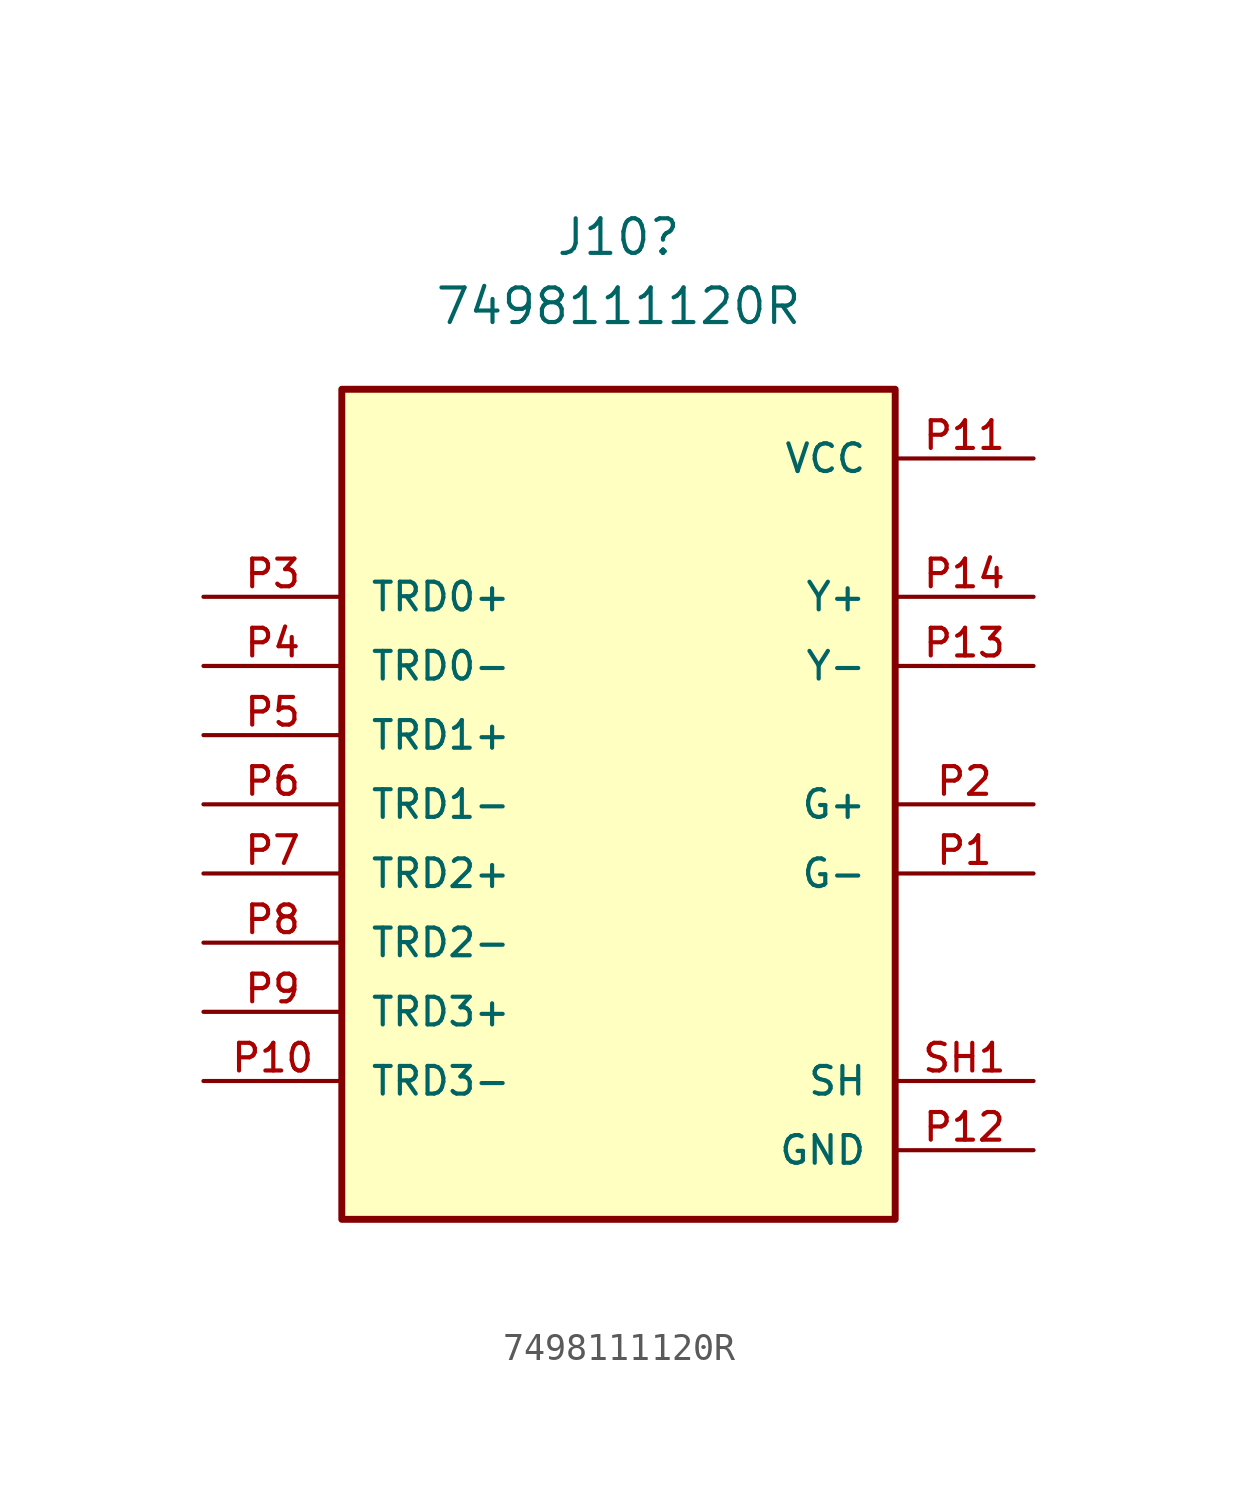
<source format=kicad_sym>
(kicad_symbol_lib
  (version 20211014)
  (generator kicad_symbol_editor)
  (symbol "7498111120R"
    (pin_names
      (offset 1.016))
    (property "Reference" "J10"
      (at 0 20.828 0)
      (effects (font (size 1.27 1.27))))
    (property "Value" "7498111120R"
      (at 0 18.288 0)
      (effects (font (size 1.27 1.27))))
    (property "ki_locked" ""
      (at 0 0 0)
      (effects (font (size 1.27 1.27))))
    (symbol "7498111120R_0_0"
      (rectangle (start -10.16 -15.24) (end 10.16 15.24) (stroke (width 0.254) (type default) (color 0 0 0 0)) (fill (type background)))
      (pin passive line (at 15.24 -2.54 180) (length 5.08) (name "G-" (effects (font (size 1.016 1.016)))) (number "P1" (effects (font (size 1.016 1.016)))))
      (pin passive line (at -15.24 -10.16 0) (length 5.08) (name "TRD3-" (effects (font (size 1.016 1.016)))) (number "P10" (effects (font (size 1.016 1.016)))))
      (pin power_in line (at 15.24 12.7 180) (length 5.08) (name "VCC" (effects (font (size 1.016 1.016)))) (number "P11" (effects (font (size 1.016 1.016)))))
      (pin power_in line (at 15.24 -12.7 180) (length 5.08) (name "GND" (effects (font (size 1.016 1.016)))) (number "P12" (effects (font (size 1.016 1.016)))))
      (pin passive line (at 15.24 5.08 180) (length 5.08) (name "Y-" (effects (font (size 1.016 1.016)))) (number "P13" (effects (font (size 1.016 1.016)))))
      (pin passive line (at 15.24 7.62 180) (length 5.08) (name "Y+" (effects (font (size 1.016 1.016)))) (number "P14" (effects (font (size 1.016 1.016)))))
      (pin passive line (at 15.24 0 180) (length 5.08) (name "G+" (effects (font (size 1.016 1.016)))) (number "P2" (effects (font (size 1.016 1.016)))))
      (pin passive line (at -15.24 7.62 0) (length 5.08) (name "TRD0+" (effects (font (size 1.016 1.016)))) (number "P3" (effects (font (size 1.016 1.016)))))
      (pin passive line (at -15.24 5.08 0) (length 5.08) (name "TRD0-" (effects (font (size 1.016 1.016)))) (number "P4" (effects (font (size 1.016 1.016)))))
      (pin passive line (at -15.24 2.54 0) (length 5.08) (name "TRD1+" (effects (font (size 1.016 1.016)))) (number "P5" (effects (font (size 1.016 1.016)))))
      (pin passive line (at -15.24 0 0) (length 5.08) (name "TRD1-" (effects (font (size 1.016 1.016)))) (number "P6" (effects (font (size 1.016 1.016)))))
      (pin passive line (at -15.24 -2.54 0) (length 5.08) (name "TRD2+" (effects (font (size 1.016 1.016)))) (number "P7" (effects (font (size 1.016 1.016)))))
      (pin passive line (at -15.24 -5.08 0) (length 5.08) (name "TRD2-" (effects (font (size 1.016 1.016)))) (number "P8" (effects (font (size 1.016 1.016)))))
      (pin passive line (at -15.24 -7.62 0) (length 5.08) (name "TRD3+" (effects (font (size 1.016 1.016)))) (number "P9" (effects (font (size 1.016 1.016)))))
      (pin passive line (at 15.24 -10.16 180) (length 5.08) (name "SH" (effects (font (size 1.016 1.016)))) (number "SH1" (effects (font (size 1.016 1.016))))))))
</source>
